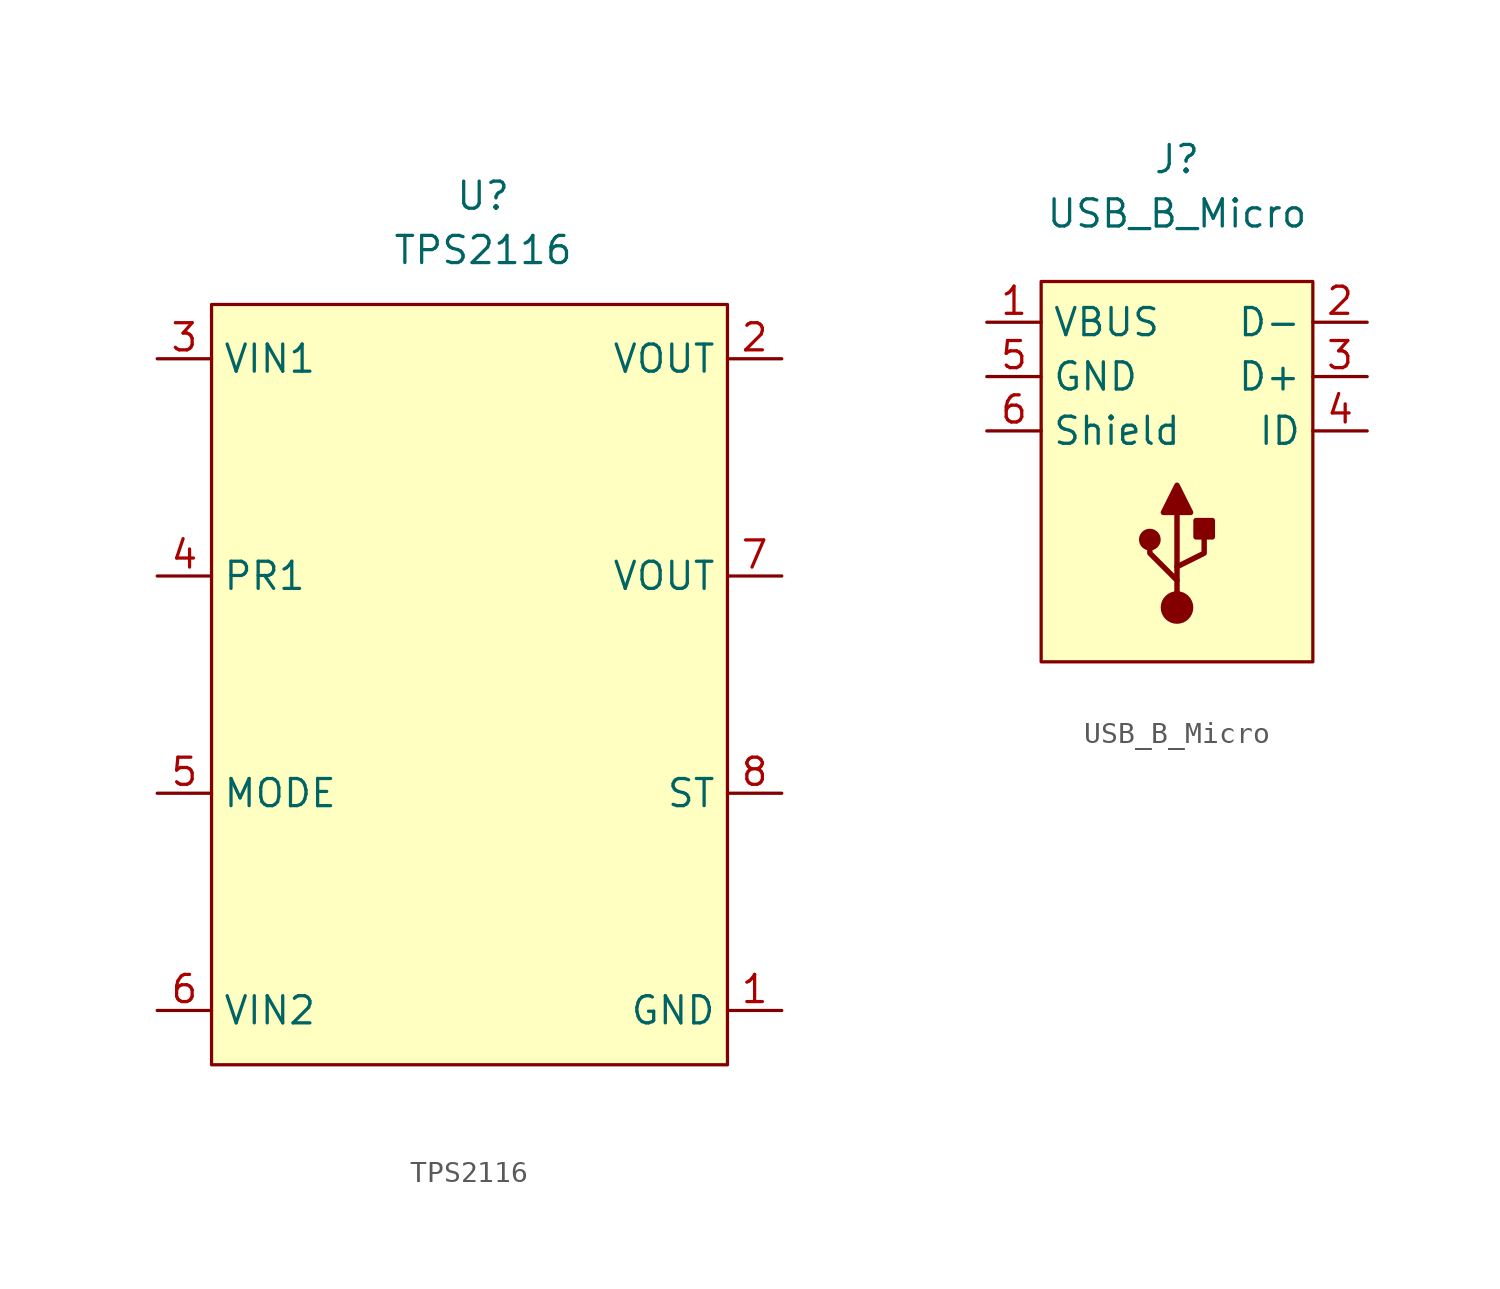
<source format=kicad_sym>
(kicad_symbol_lib
  (version 20220914)
  (generator kicad_symbol_editor)
  (symbol "TPS2116"
    (property "Reference" "U"
      (at 0 22.86 0)
      (effects (font (size 1.27 1.27))))
    (property "Value" "TPS2116"
      (at 0 20.32 0)
      (effects (font (size 1.27 1.27))))
    (symbol "TPS2116_0_1"
      (rectangle (start -12.7 17.78) (end 11.43 -17.78) (stroke (width 0) (type default)) (fill (type background))))
    (symbol "TPS2116_1_1"
      (pin input line (at 13.97 -15.24 180) (length 2.54) (name "GND" (effects (font (size 1.27 1.27)))) (number "1" (effects (font (size 1.27 1.27)))))
      (pin output line (at 13.97 15.24 180) (length 2.54) (name "VOUT" (effects (font (size 1.27 1.27)))) (number "2" (effects (font (size 1.27 1.27)))))
      (pin input line (at -15.24 15.24 0) (length 2.54) (name "VIN1" (effects (font (size 1.27 1.27)))) (number "3" (effects (font (size 1.27 1.27)))))
      (pin input line (at -15.24 5.08 0) (length 2.54) (name "PR1" (effects (font (size 1.27 1.27)))) (number "4" (effects (font (size 1.27 1.27)))))
      (pin input line (at -15.24 -5.08 0) (length 2.54) (name "MODE" (effects (font (size 1.27 1.27)))) (number "5" (effects (font (size 1.27 1.27)))))
      (pin input line (at -15.24 -15.24 0) (length 2.54) (name "VIN2" (effects (font (size 1.27 1.27)))) (number "6" (effects (font (size 1.27 1.27)))))
      (pin output line (at 13.97 5.08 180) (length 2.54) (name "VOUT" (effects (font (size 1.27 1.27)))) (number "7" (effects (font (size 1.27 1.27)))))
      (pin output line (at 13.97 -5.08 180) (length 2.54) (name "ST" (effects (font (size 1.27 1.27)))) (number "8" (effects (font (size 1.27 1.27)))))))
  (symbol "USB_B_Micro"
    (property "Reference" "J"
      (at 0 10.16 0)
      (effects (font (size 1.27 1.27))))
    (property "Value" "USB_B_Micro"
      (at 0 7.62 0)
      (effects (font (size 1.27 1.27))))
    (symbol "USB_B_Micro_0_1"
      (rectangle (start -6.35 4.445) (end 6.35 -13.335) (stroke (width 0) (type default)) (fill (type background)))
      (circle (center -1.27 -7.62) (radius 0.381) (stroke (width 0.254) (type default)) (fill (type outline)))
      (circle (center 0 -10.795) (radius 0.635) (stroke (width 0.254) (type default)) (fill (type outline)))
      (polyline (pts (xy -0.635 -6.35) (xy 0.635 -6.35) (xy 0 -5.08) (xy -0.635 -6.35)) (stroke (width 0.254) (type default)) (fill (type outline)))
      (polyline (pts (xy 0 -10.16) (xy 0 -9.525) (xy -1.27 -8.255) (xy -1.27 -7.62)) (stroke (width 0.254) (type default)) (fill (type none)))
      (polyline (pts (xy 0 -9.525) (xy 0 -8.89) (xy 1.27 -8.255) (xy 1.27 -6.985)) (stroke (width 0.254) (type default)) (fill (type none)))
      (rectangle (start 0.889 -6.731) (end 1.651 -7.493) (stroke (width 0.254) (type default)) (fill (type outline))))
    (symbol "USB_B_Micro_1_1"
      (polyline (pts (xy 0 -8.89) (xy 0 -6.35)) (stroke (width 0.254) (type default)) (fill (type none)))
      (pin passive line (at -8.89 2.54 0) (length 2.54) (name "VBUS" (effects (font (size 1.27 1.27)))) (number "1" (effects (font (size 1.27 1.27)))))
      (pin bidirectional line (at 8.89 2.54 180) (length 2.54) (name "D-" (effects (font (size 1.27 1.27)))) (number "2" (effects (font (size 1.27 1.27)))))
      (pin bidirectional line (at 8.89 0 180) (length 2.54) (name "D+" (effects (font (size 1.27 1.27)))) (number "3" (effects (font (size 1.27 1.27)))))
      (pin passive line (at 8.89 -2.54 180) (length 2.54) (name "ID" (effects (font (size 1.27 1.27)))) (number "4" (effects (font (size 1.27 1.27)))))
      (pin passive line (at -8.89 0 0) (length 2.54) (name "GND" (effects (font (size 1.27 1.27)))) (number "5" (effects (font (size 1.27 1.27)))))
      (pin passive line (at -8.89 -2.54 0) (length 2.54) (name "Shield" (effects (font (size 1.27 1.27)))) (number "6" (effects (font (size 1.27 1.27))))))))
</source>
